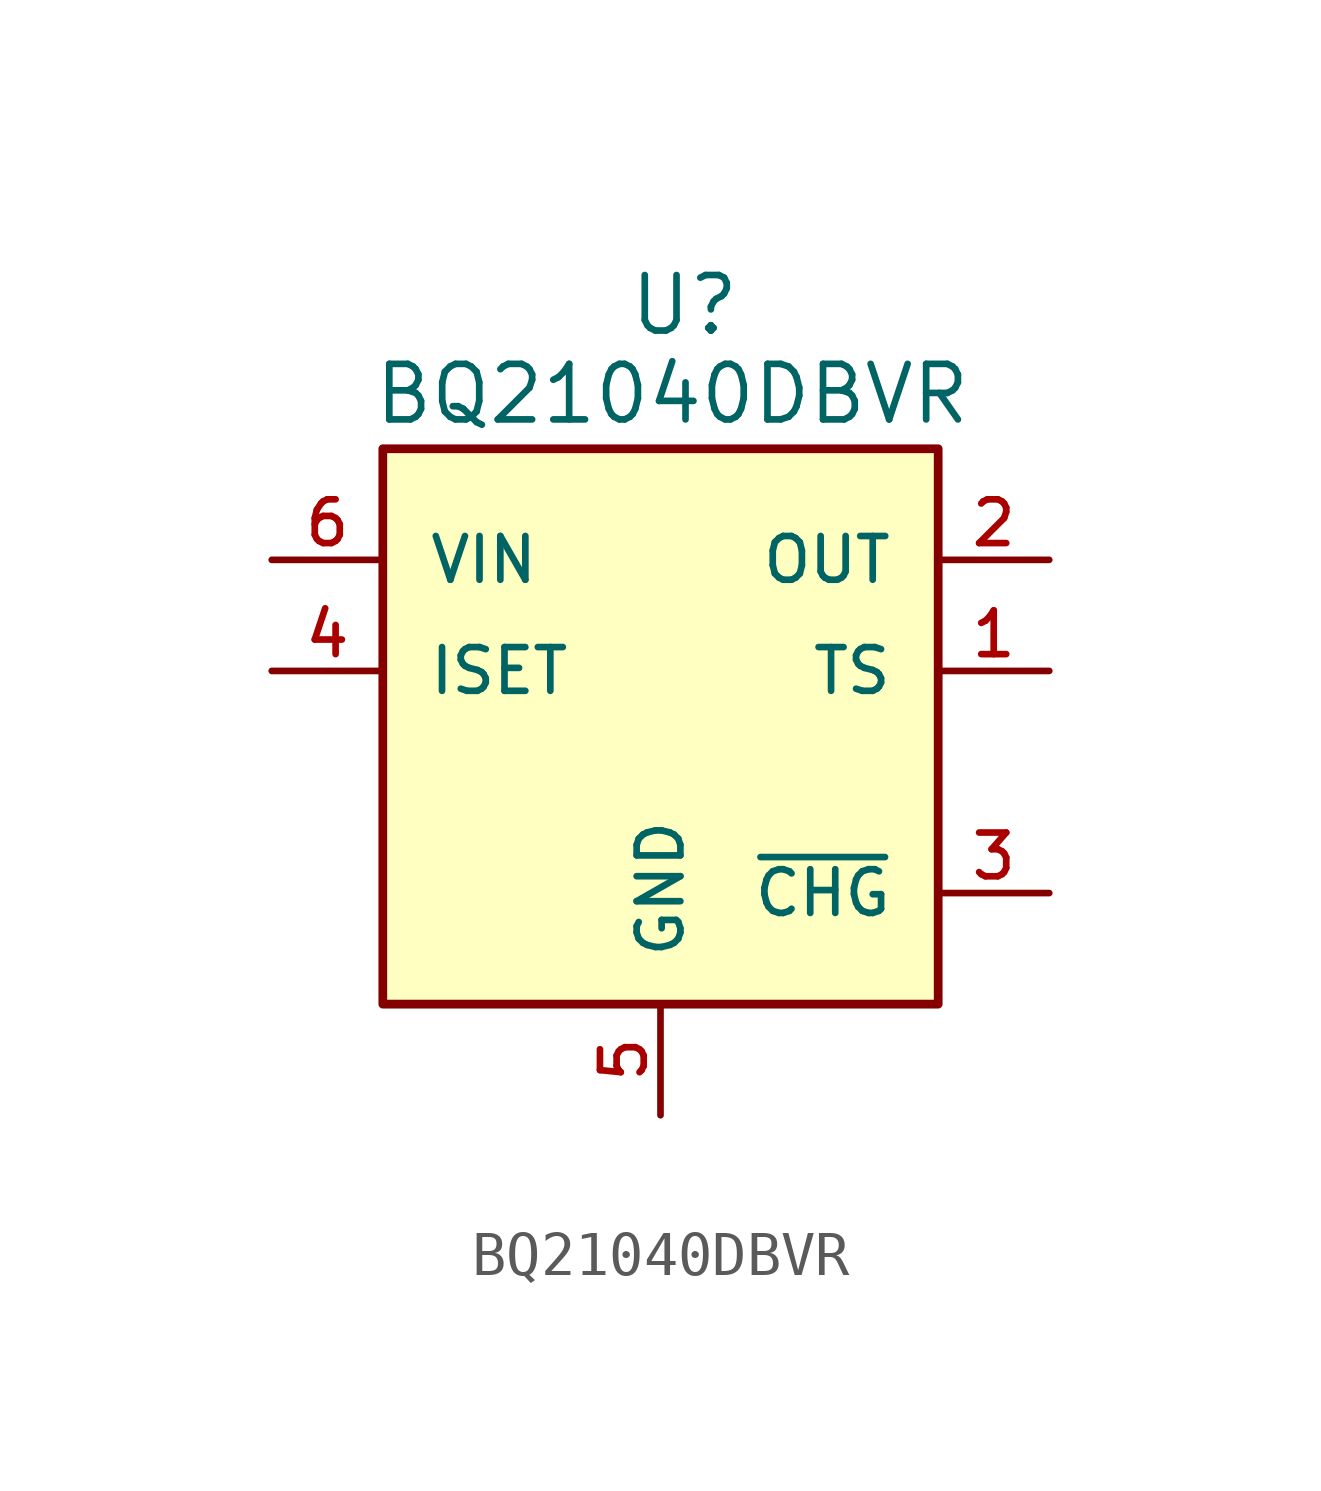
<source format=kicad_sym>
(kicad_symbol_lib
  (version 20220914)
  (generator kicad_symbol_editor)
  (symbol "BQ21040DBVR"
    (pin_names
      (offset 1.016))
    (property "Reference" "U"
      (at -0.762 11.43 0)
      (effects (font (size 1.27 1.27)) (justify left bottom)))
    (property "Value" "BQ21040DBVR"
      (at -6.604 9.398 0)
      (effects (font (size 1.27 1.27)) (justify left bottom)))
    (symbol "BQ21040DBVR_1_0"
      (rectangle (start -6.35 8.89) (end 6.35 -3.81) (stroke (width 0.2) (type default)) (fill (type background)))
      (pin input line (at 8.89 3.81 180) (length 2.54) (name "TS" (effects (font (size 1 1)))) (number "1" (effects (font (size 1 1)))))
      (pin output line (at 8.89 6.35 180) (length 2.54) (name "OUT" (effects (font (size 1 1)))) (number "2" (effects (font (size 1 1)))))
      (pin output line (at 8.89 -1.27 180) (length 2.54) (name "~{CHG}" (effects (font (size 1 1)))) (number "3" (effects (font (size 1 1)))))
      (pin input line (at -8.89 3.81 0) (length 2.54) (name "ISET" (effects (font (size 1 1)))) (number "4" (effects (font (size 1 1)))))
      (pin power_in line (at 0 -6.35 90) (length 2.54) (name "GND" (effects (font (size 1 1)))) (number "5" (effects (font (size 1 1)))))
      (pin input line (at -8.89 6.35 0) (length 2.54) (name "VIN" (effects (font (size 1 1)))) (number "6" (effects (font (size 1 1))))))))
</source>
